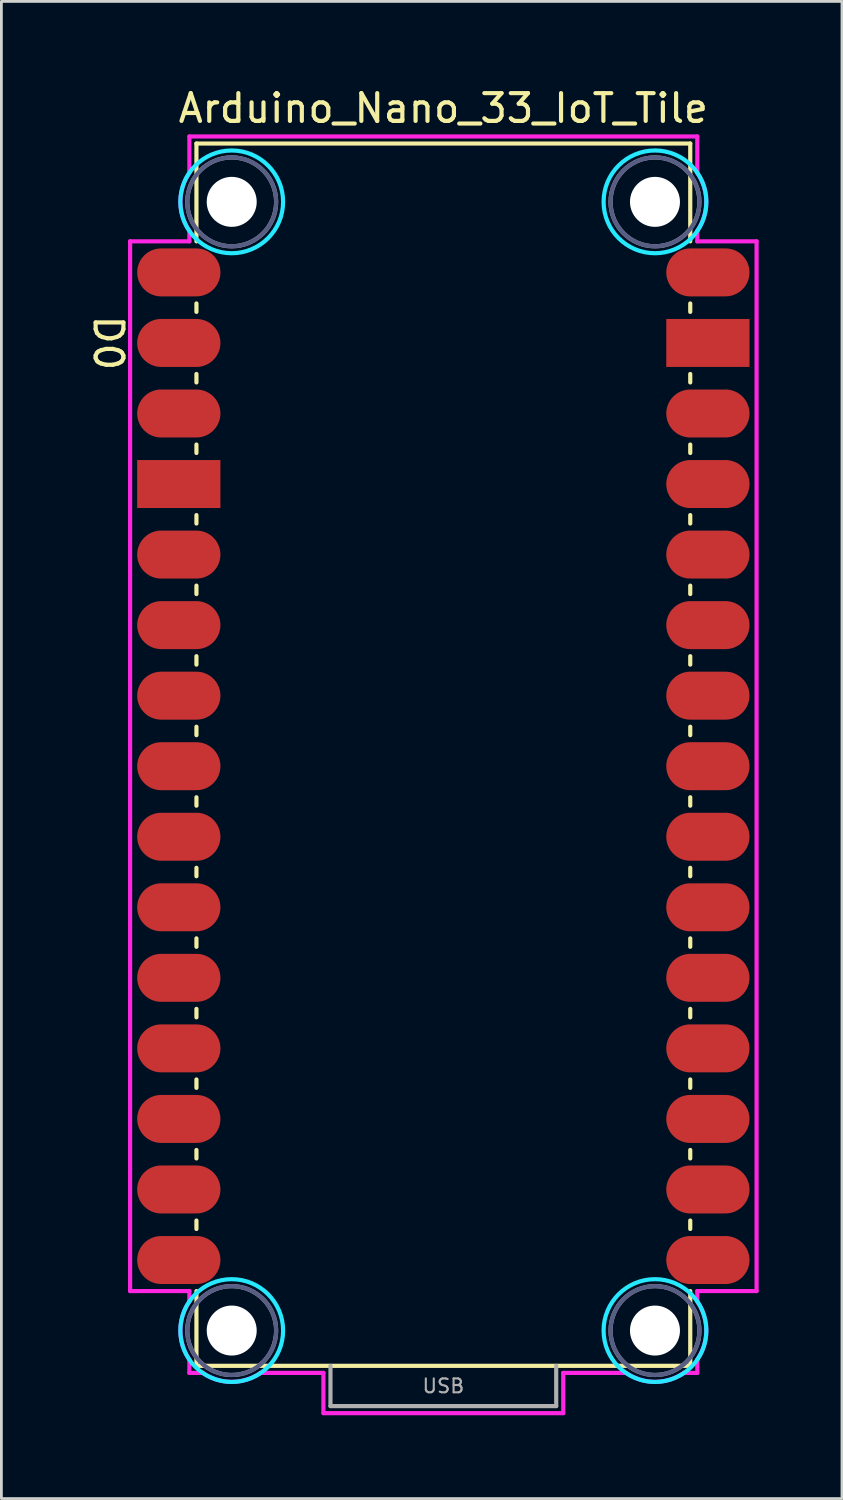
<source format=kicad_pcb>
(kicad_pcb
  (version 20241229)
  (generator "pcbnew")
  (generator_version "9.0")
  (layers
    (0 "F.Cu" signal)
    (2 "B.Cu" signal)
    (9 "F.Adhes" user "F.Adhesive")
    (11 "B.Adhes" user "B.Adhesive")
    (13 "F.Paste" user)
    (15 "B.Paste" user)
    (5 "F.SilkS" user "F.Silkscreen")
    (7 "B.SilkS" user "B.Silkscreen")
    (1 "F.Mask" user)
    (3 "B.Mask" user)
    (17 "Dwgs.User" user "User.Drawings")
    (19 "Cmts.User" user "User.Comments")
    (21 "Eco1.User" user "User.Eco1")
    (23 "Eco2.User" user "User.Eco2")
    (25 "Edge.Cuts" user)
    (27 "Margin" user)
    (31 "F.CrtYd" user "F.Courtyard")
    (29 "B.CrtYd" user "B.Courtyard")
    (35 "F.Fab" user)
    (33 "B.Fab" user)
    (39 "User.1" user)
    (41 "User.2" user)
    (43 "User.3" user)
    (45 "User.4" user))
  (footprint "Arduino_Nano_33_IoT_Tile"
    (layer "F.Cu")
    (at 12.913 46.128)
    (property "Reference" "Arduino_Nano_33_IoT_Tile" (at 0 -45.28 0) (layer "F.SilkS") (effects (font (size 1 1) (thickness 0.15))))
    (attr smd)
    (fp_line (start -8.89 -44.01) (end -8.89 -40.488) (stroke (width 0.15) (type solid)) (layer "F.SilkS"))
    (fp_line (start -8.89 -44.01) (end 8.89 -44.01) (stroke (width 0.15) (type solid)) (layer "F.SilkS"))
    (fp_line (start -8.89 -38.252) (end -8.89 -37.948) (stroke (width 0.15) (type solid)) (layer "F.SilkS"))
    (fp_line (start -8.89 -35.712) (end -8.89 -35.408) (stroke (width 0.15) (type solid)) (layer "F.SilkS"))
    (fp_line (start -8.89 -33.172) (end -8.89 -32.868) (stroke (width 0.15) (type solid)) (layer "F.SilkS"))
    (fp_line (start -8.89 -30.632) (end -8.89 -30.328) (stroke (width 0.15) (type solid)) (layer "F.SilkS"))
    (fp_line (start -8.89 -28.092) (end -8.89 -27.788) (stroke (width 0.15) (type solid)) (layer "F.SilkS"))
    (fp_line (start -8.89 -25.552) (end -8.89 -25.248) (stroke (width 0.15) (type solid)) (layer "F.SilkS"))
    (fp_line (start -8.89 -23.012) (end -8.89 -22.708) (stroke (width 0.15) (type solid)) (layer "F.SilkS"))
    (fp_line (start -8.89 -20.472) (end -8.89 -20.168) (stroke (width 0.15) (type solid)) (layer "F.SilkS"))
    (fp_line (start -8.89 -17.932) (end -8.89 -17.628) (stroke (width 0.15) (type solid)) (layer "F.SilkS"))
    (fp_line (start -8.89 -15.392) (end -8.89 -15.088) (stroke (width 0.15) (type solid)) (layer "F.SilkS"))
    (fp_line (start -8.89 -12.852) (end -8.89 -12.548) (stroke (width 0.15) (type solid)) (layer "F.SilkS"))
    (fp_line (start -8.89 -10.312) (end -8.89 -10.008) (stroke (width 0.15) (type solid)) (layer "F.SilkS"))
    (fp_line (start -8.89 -7.772) (end -8.89 -7.468) (stroke (width 0.15) (type solid)) (layer "F.SilkS"))
    (fp_line (start -8.89 -5.232) (end -8.89 -4.928) (stroke (width 0.15) (type solid)) (layer "F.SilkS"))
    (fp_line (start -8.89 -2.692) (end -8.89 0) (stroke (width 0.15) (type solid)) (layer "F.SilkS"))
    (fp_line (start -8.89 0) (end 8.89 0) (stroke (width 0.15) (type solid)) (layer "F.SilkS"))
    (fp_line (start 8.89 -44.01) (end 8.89 -40.488) (stroke (width 0.15) (type solid)) (layer "F.SilkS"))
    (fp_line (start 8.89 -38.252) (end 8.89 -37.948) (stroke (width 0.15) (type solid)) (layer "F.SilkS"))
    (fp_line (start 8.89 -35.712) (end 8.89 -35.408) (stroke (width 0.15) (type solid)) (layer "F.SilkS"))
    (fp_line (start 8.89 -33.172) (end 8.89 -32.868) (stroke (width 0.15) (type solid)) (layer "F.SilkS"))
    (fp_line (start 8.89 -30.632) (end 8.89 -30.328) (stroke (width 0.15) (type solid)) (layer "F.SilkS"))
    (fp_line (start 8.89 -28.092) (end 8.89 -27.788) (stroke (width 0.15) (type solid)) (layer "F.SilkS"))
    (fp_line (start 8.89 -25.552) (end 8.89 -25.248) (stroke (width 0.15) (type solid)) (layer "F.SilkS"))
    (fp_line (start 8.89 -23.012) (end 8.89 -22.708) (stroke (width 0.15) (type solid)) (layer "F.SilkS"))
    (fp_line (start 8.89 -20.472) (end 8.89 -20.168) (stroke (width 0.15) (type solid)) (layer "F.SilkS"))
    (fp_line (start 8.89 -17.932) (end 8.89 -17.628) (stroke (width 0.15) (type solid)) (layer "F.SilkS"))
    (fp_line (start 8.89 -15.392) (end 8.89 -15.088) (stroke (width 0.15) (type solid)) (layer "F.SilkS"))
    (fp_line (start 8.89 -12.852) (end 8.89 -12.548) (stroke (width 0.15) (type solid)) (layer "F.SilkS"))
    (fp_line (start 8.89 -10.312) (end 8.89 -10.008) (stroke (width 0.15) (type solid)) (layer "F.SilkS"))
    (fp_line (start 8.89 -7.772) (end 8.89 -7.468) (stroke (width 0.15) (type solid)) (layer "F.SilkS"))
    (fp_line (start 8.89 -5.232) (end 8.89 -4.928) (stroke (width 0.15) (type solid)) (layer "F.SilkS"))
    (fp_line (start 8.89 -2.692) (end 8.89 0) (stroke (width 0.15) (type solid)) (layer "F.SilkS"))
    (fp_circle (center -7.62 -41.91) (end -5.77 -41.91) (stroke (width 0.15) (type solid)) (fill no) (layer "B.CrtYd"))
    (fp_circle (center -7.62 -1.27) (end -5.77 -1.27) (stroke (width 0.15) (type solid)) (fill no) (layer "B.CrtYd"))
    (fp_circle (center 7.62 -41.91) (end 9.47 -41.91) (stroke (width 0.15) (type solid)) (fill no) (layer "B.CrtYd"))
    (fp_circle (center 7.62 -1.27) (end 9.47 -1.27) (stroke (width 0.15) (type solid)) (fill no) (layer "B.CrtYd"))
    (fp_line (start -11.278 -2.692) (end -11.278 -40.488) (stroke (width 0.15) (type solid)) (layer "F.CrtYd"))
    (fp_line (start -9.144 -44.264) (end 9.144 -44.264) (stroke (width 0.15) (type solid)) (layer "F.CrtYd"))
    (fp_line (start -9.144 -42.951) (end -9.144 -44.264) (stroke (width 0.15) (type solid)) (layer "F.CrtYd"))
    (fp_line (start -9.144 -40.869) (end -9.144 -40.488) (stroke (width 0.15) (type solid)) (layer "F.CrtYd"))
    (fp_line (start -9.144 -40.488) (end -11.278 -40.488) (stroke (width 0.15) (type solid)) (layer "F.CrtYd"))
    (fp_line (start -9.144 -2.692) (end -11.278 -2.692) (stroke (width 0.15) (type solid)) (layer "F.CrtYd"))
    (fp_line (start -9.144 -2.311) (end -9.144 -2.692) (stroke (width 0.15) (type solid)) (layer "F.CrtYd"))
    (fp_line (start -9.144 0.254) (end -9.144 -0.229) (stroke (width 0.15) (type solid)) (layer "F.CrtYd"))
    (fp_line (start -8.661 0.254) (end -9.144 0.254) (stroke (width 0.15) (type solid)) (layer "F.CrtYd"))
    (fp_line (start -4.318 0.254) (end -6.579 0.254) (stroke (width 0.15) (type solid)) (layer "F.CrtYd"))
    (fp_line (start -4.318 1.704) (end -4.318 0.254) (stroke (width 0.15) (type solid)) (layer "F.CrtYd"))
    (fp_line (start 4.318 0.254) (end 4.318 1.704) (stroke (width 0.15) (type solid)) (layer "F.CrtYd"))
    (fp_line (start 4.318 1.704) (end -4.318 1.704) (stroke (width 0.15) (type solid)) (layer "F.CrtYd"))
    (fp_line (start 6.579 0.254) (end 4.318 0.254) (stroke (width 0.15) (type solid)) (layer "F.CrtYd"))
    (fp_line (start 9.144 -44.264) (end 9.144 -42.951) (stroke (width 0.15) (type solid)) (layer "F.CrtYd"))
    (fp_line (start 9.144 -40.869) (end 9.144 -40.488) (stroke (width 0.15) (type solid)) (layer "F.CrtYd"))
    (fp_line (start 9.144 -2.692) (end 9.144 -2.311) (stroke (width 0.15) (type solid)) (layer "F.CrtYd"))
    (fp_line (start 9.144 -0.229) (end 9.144 0.254) (stroke (width 0.15) (type solid)) (layer "F.CrtYd"))
    (fp_line (start 9.144 0.254) (end 8.661 0.254) (stroke (width 0.15) (type solid)) (layer "F.CrtYd"))
    (fp_line (start 11.278 -40.488) (end 9.144 -40.488) (stroke (width 0.15) (type solid)) (layer "F.CrtYd"))
    (fp_line (start 11.278 -40.488) (end 11.278 -2.692) (stroke (width 0.15) (type solid)) (layer "F.CrtYd"))
    (fp_line (start 11.278 -2.692) (end 9.144 -2.692) (stroke (width 0.15) (type solid)) (layer "F.CrtYd"))
    (fp_arc (start -9.144 -40.8686) (mid -9.467363 -41.91) (end -9.144 -42.9514) (stroke (width 0.15) (type solid)) (layer "F.CrtYd"))
    (fp_arc (start -9.144 -0.2286) (mid -9.467363 -1.27) (end -9.144 -2.3114) (stroke (width 0.15) (type solid)) (layer "F.CrtYd"))
    (fp_arc (start -6.5786 0.254) (mid -7.62 0.577363) (end -8.6614 0.254) (stroke (width 0.15) (type solid)) (layer "F.CrtYd"))
    (fp_arc (start 8.6614 0.254) (mid 7.62 0.577363) (end 6.5786 0.254) (stroke (width 0.15) (type solid)) (layer "F.CrtYd"))
    (fp_arc (start 9.144 -42.9514) (mid 9.467363 -41.91) (end 9.144 -40.8686) (stroke (width 0.15) (type solid)) (layer "F.CrtYd"))
    (fp_arc (start 9.144 -2.3114) (mid 9.467363 -1.27) (end 9.144 -0.2286) (stroke (width 0.15) (type solid)) (layer "F.CrtYd"))
    (fp_circle (center -7.62 -41.91) (end -6.02 -41.91) (stroke (width 0.15) (type solid)) (fill no) (layer "B.Fab"))
    (fp_circle (center -7.62 -1.27) (end -6.02 -1.27) (stroke (width 0.15) (type solid)) (fill no) (layer "B.Fab"))
    (fp_circle (center 7.62 -41.91) (end 9.22 -41.91) (stroke (width 0.15) (type solid)) (fill no) (layer "B.Fab"))
    (fp_circle (center 7.62 -1.27) (end 9.22 -1.27) (stroke (width 0.15) (type solid)) (fill no) (layer "B.Fab"))
    (fp_line (start -4.064 0) (end -4.064 1.45) (stroke (width 0.15) (type solid)) (layer "F.Fab"))
    (fp_line (start -4.064 1.45) (end 4.064 1.45) (stroke (width 0.15) (type solid)) (layer "F.Fab"))
    (fp_line (start 4.064 1.45) (end 4.064 0) (stroke (width 0.15) (type solid)) (layer "F.Fab"))
    (fp_circle (center -7.62 -41.91) (end -6.02 -41.91) (stroke (width 0.15) (type solid)) (fill no) (layer "F.Fab"))
    (fp_circle (center -7.62 -1.27) (end -6.02 -1.27) (stroke (width 0.15) (type solid)) (fill no) (layer "F.Fab"))
    (fp_circle (center 7.62 -41.91) (end 9.22 -41.91) (stroke (width 0.15) (type solid)) (fill no) (layer "F.Fab"))
    (fp_circle (center 7.62 -1.27) (end 9.22 -1.27) (stroke (width 0.15) (type solid)) (fill no) (layer "F.Fab"))
    (fp_text user "D0" (at -12.065 -36.83 270) (unlocked yes) (layer "F.SilkS") (effects (font (size 1 1) (thickness 0.15))))
    (fp_text user "USB" (at 0 0.725 0) (layer "F.Fab") (effects (font (size 0.5 0.5) (thickness 0.075))))
    (pad "" np_thru_hole circle (at -7.62 -41.91) (size 1.8 1.8) (drill 1.8) (layers "*.Cu" "*.Mask"))
    (pad "" np_thru_hole circle (at -7.62 -1.27) (size 1.8 1.8) (drill 1.8) (layers "*.Cu" "*.Mask"))
    (pad "" np_thru_hole circle (at 7.62 -41.91) (size 1.8 1.8) (drill 1.8) (layers "*.Cu" "*.Mask"))
    (pad "" np_thru_hole circle (at 7.62 -1.27) (size 1.8 1.8) (drill 1.8) (layers "*.Cu" "*.Mask"))
    (pad "3V3" smd oval (at 9.525 -6.35) (size 2.997 1.727) (layers "F.Cu" "F.Mask" "F.Paste"))
    (pad "5V" smd oval (at 9.525 -31.75) (size 2.997 1.727) (layers "F.Cu" "F.Mask" "F.Paste"))
    (pad "A0" smd oval (at 9.525 -11.43) (size 2.997 1.727) (layers "F.Cu" "F.Mask" "F.Paste"))
    (pad "A1" smd oval (at 9.525 -13.97) (size 2.997 1.727) (layers "F.Cu" "F.Mask" "F.Paste"))
    (pad "A2" smd oval (at 9.525 -16.51) (size 2.997 1.727) (layers "F.Cu" "F.Mask" "F.Paste"))
    (pad "A3" smd oval (at 9.525 -19.05) (size 2.997 1.727) (layers "F.Cu" "F.Mask" "F.Paste"))
    (pad "A4" smd oval (at 9.525 -21.59) (size 2.997 1.727) (layers "F.Cu" "F.Mask" "F.Paste"))
    (pad "A5" smd oval (at 9.525 -24.13) (size 2.997 1.727) (layers "F.Cu" "F.Mask" "F.Paste"))
    (pad "A6" smd oval (at 9.525 -26.67) (size 2.997 1.727) (layers "F.Cu" "F.Mask" "F.Paste"))
    (pad "A7" smd oval (at 9.525 -29.21) (size 2.997 1.727) (layers "F.Cu" "F.Mask" "F.Paste"))
    (pad "AREF" smd oval (at 9.525 -8.89) (size 2.997 1.727) (layers "F.Cu" "F.Mask" "F.Paste"))
    (pad "D0" smd oval (at -9.525 -36.83) (size 2.997 1.727) (layers "F.Cu" "F.Mask" "F.Paste"))
    (pad "D1" smd oval (at -9.525 -39.37) (size 2.997 1.727) (layers "F.Cu" "F.Mask" "F.Paste"))
    (pad "D2" smd oval (at -9.525 -29.21) (size 2.997 1.727) (layers "F.Cu" "F.Mask" "F.Paste"))
    (pad "D3" smd oval (at -9.525 -26.67) (size 2.997 1.727) (layers "F.Cu" "F.Mask" "F.Paste"))
    (pad "D4" smd oval (at -9.525 -24.13) (size 2.997 1.727) (layers "F.Cu" "F.Mask" "F.Paste"))
    (pad "D5" smd oval (at -9.525 -21.59) (size 2.997 1.727) (layers "F.Cu" "F.Mask" "F.Paste"))
    (pad "D6" smd oval (at -9.525 -19.05) (size 2.997 1.727) (layers "F.Cu" "F.Mask" "F.Paste"))
    (pad "D7" smd oval (at -9.525 -16.51) (size 2.997 1.727) (layers "F.Cu" "F.Mask" "F.Paste"))
    (pad "D8" smd oval (at -9.525 -13.97) (size 2.997 1.727) (layers "F.Cu" "F.Mask" "F.Paste"))
    (pad "D9" smd oval (at -9.525 -11.43) (size 2.997 1.727) (layers "F.Cu" "F.Mask" "F.Paste"))
    (pad "D10" smd oval (at -9.525 -8.89) (size 2.997 1.727) (layers "F.Cu" "F.Mask" "F.Paste"))
    (pad "D11" smd oval (at -9.525 -6.35) (size 2.997 1.727) (layers "F.Cu" "F.Mask" "F.Paste"))
    (pad "D12" smd oval (at -9.525 -3.81) (size 2.997 1.727) (layers "F.Cu" "F.Mask" "F.Paste"))
    (pad "D13" smd oval (at 9.525 -3.81) (size 2.997 1.727) (layers "F.Cu" "F.Mask" "F.Paste"))
    (pad "GND1" smd rect (at -9.525 -31.75) (size 2.997 1.727) (layers "F.Cu" "F.Mask" "F.Paste"))
    (pad "GND2" smd rect (at 9.525 -36.83) (size 2.997 1.727) (layers "F.Cu" "F.Mask" "F.Paste"))
    (pad "RST1" smd oval (at -9.525 -34.29) (size 2.997 1.727) (layers "F.Cu" "F.Mask" "F.Paste"))
    (pad "RST2" smd oval (at 9.525 -34.29) (size 2.997 1.727) (layers "F.Cu" "F.Mask" "F.Paste"))
    (pad "VIN" smd oval (at 9.525 -39.37) (size 2.997 1.727) (layers "F.Cu" "F.Mask" "F.Paste")))
  (gr_rect
    (start -3 -3)
    (end 27.266 50.907)
    (stroke (width 0.1) (type default))
    (fill no)
    (layer "Edge.Cuts")))
</source>
